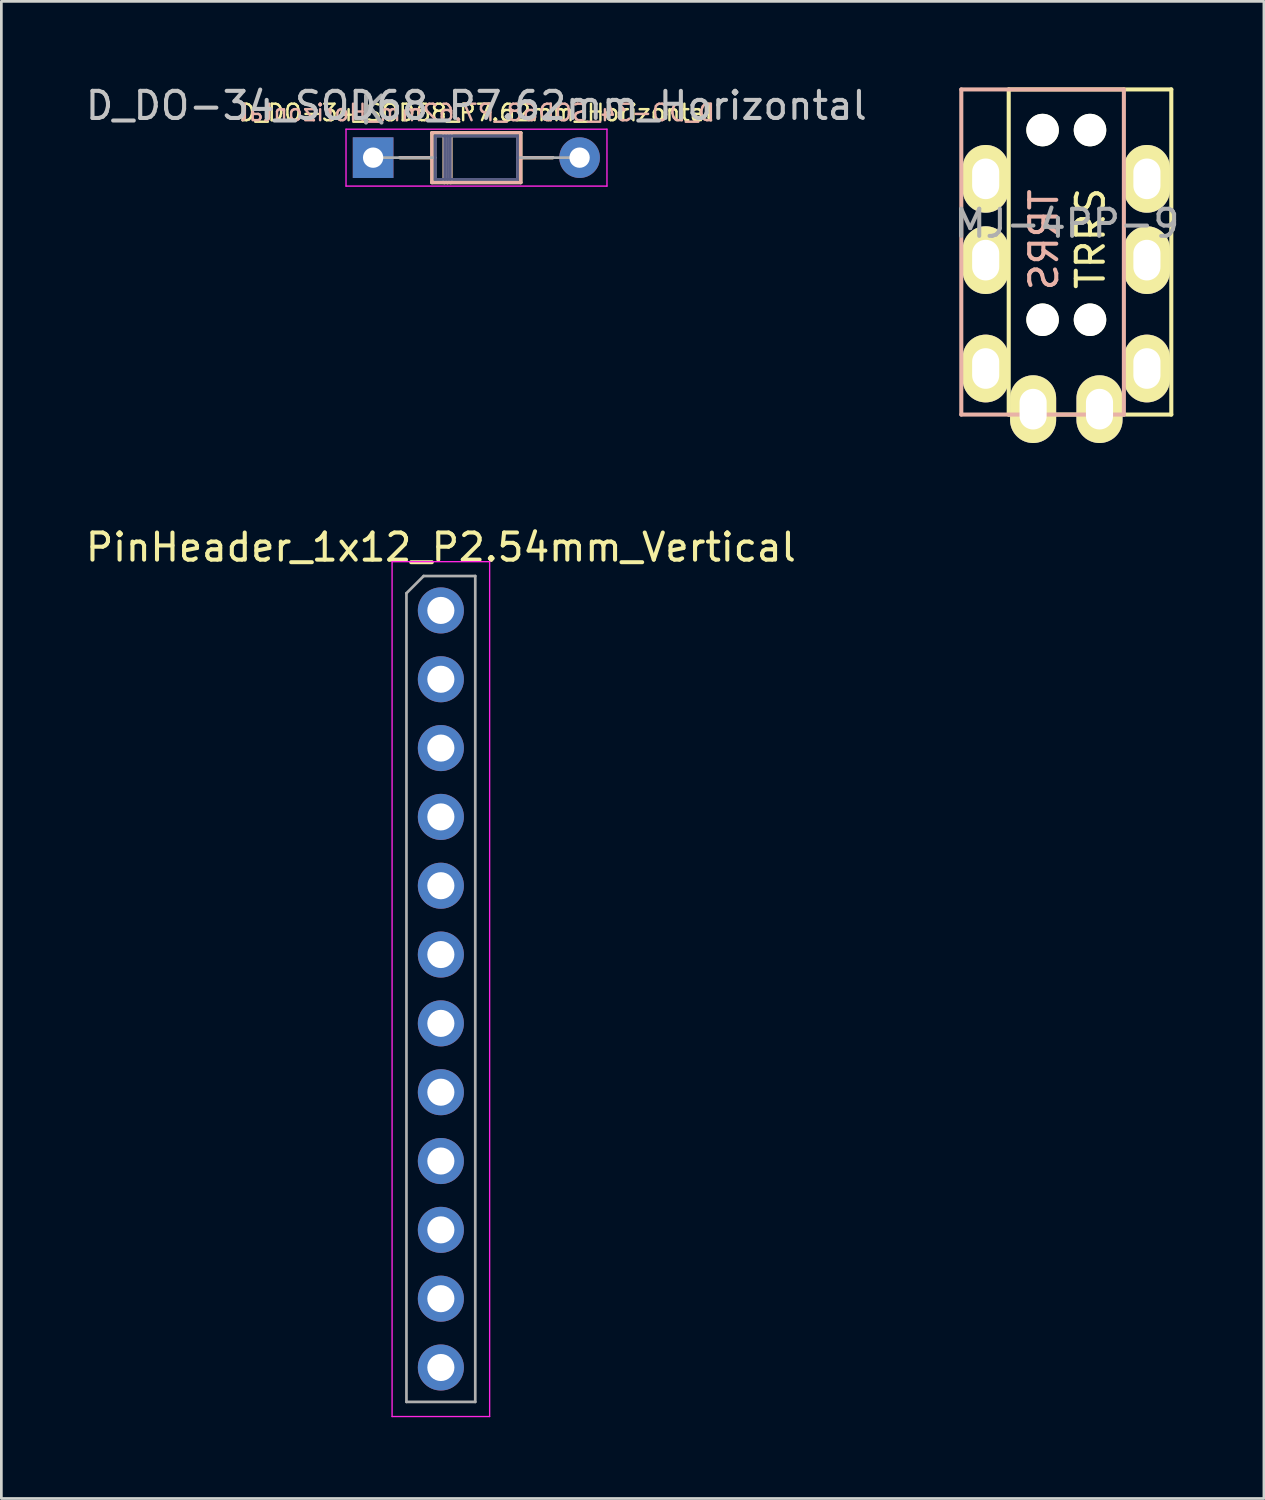
<source format=kicad_pcb>
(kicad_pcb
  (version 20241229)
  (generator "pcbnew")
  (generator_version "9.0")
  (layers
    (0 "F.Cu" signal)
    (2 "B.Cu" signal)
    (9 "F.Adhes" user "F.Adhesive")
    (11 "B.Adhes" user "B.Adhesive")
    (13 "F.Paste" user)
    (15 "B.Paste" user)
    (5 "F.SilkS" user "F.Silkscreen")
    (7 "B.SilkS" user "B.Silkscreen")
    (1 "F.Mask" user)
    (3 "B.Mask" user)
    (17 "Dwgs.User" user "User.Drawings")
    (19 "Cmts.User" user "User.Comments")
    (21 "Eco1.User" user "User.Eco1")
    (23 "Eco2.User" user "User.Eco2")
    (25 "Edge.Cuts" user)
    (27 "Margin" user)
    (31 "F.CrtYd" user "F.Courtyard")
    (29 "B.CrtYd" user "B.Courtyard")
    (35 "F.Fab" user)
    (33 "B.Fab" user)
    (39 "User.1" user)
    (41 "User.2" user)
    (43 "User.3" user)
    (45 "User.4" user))
  (footprint "D_DO-34_SOD68_P7.62mm_Horizontal"
    (layer "F.Cu")
    (at 10.72 2.768)
    (property "Reference" "D_DO-34_SOD68_P7.62mm_Horizontal" (at 3.81 -1.92 0) (layer "Dwgs.User") (effects (font (size 1 1) (thickness 0.15))))
    (attr through_hole)
    (fp_line (start 0.99 0) (end 2.17 0) (stroke (width 0.12) (type solid)) (layer "F.SilkS"))
    (fp_line (start 2.17 -0.92) (end 2.17 0.92) (stroke (width 0.12) (type solid)) (layer "F.SilkS"))
    (fp_line (start 2.17 0.92) (end 5.45 0.92) (stroke (width 0.12) (type solid)) (layer "F.SilkS"))
    (fp_line (start 2.626 -0.92) (end 2.626 0.92) (stroke (width 0.12) (type solid)) (layer "F.SilkS"))
    (fp_line (start 2.746 -0.92) (end 2.746 0.92) (stroke (width 0.12) (type solid)) (layer "F.SilkS"))
    (fp_line (start 2.866 -0.92) (end 2.866 0.92) (stroke (width 0.12) (type solid)) (layer "F.SilkS"))
    (fp_line (start 5.45 -0.92) (end 2.17 -0.92) (stroke (width 0.12) (type solid)) (layer "F.SilkS"))
    (fp_line (start 5.45 0.92) (end 5.45 -0.92) (stroke (width 0.12) (type solid)) (layer "F.SilkS"))
    (fp_line (start 6.63 0) (end 5.45 0) (stroke (width 0.12) (type solid)) (layer "F.SilkS"))
    (fp_line (start 0.99 0) (end 2.17 0) (stroke (width 0.12) (type solid)) (layer "B.SilkS"))
    (fp_line (start 2.17 -0.92) (end 5.45 -0.92) (stroke (width 0.12) (type solid)) (layer "B.SilkS"))
    (fp_line (start 2.17 0.92) (end 2.17 -0.92) (stroke (width 0.12) (type solid)) (layer "B.SilkS"))
    (fp_line (start 2.626 0.92) (end 2.626 -0.92) (stroke (width 0.12) (type solid)) (layer "B.SilkS"))
    (fp_line (start 2.746 0.92) (end 2.746 -0.92) (stroke (width 0.12) (type solid)) (layer "B.SilkS"))
    (fp_line (start 2.866 0.92) (end 2.866 -0.92) (stroke (width 0.12) (type solid)) (layer "B.SilkS"))
    (fp_line (start 5.45 -0.92) (end 5.45 0.92) (stroke (width 0.12) (type solid)) (layer "B.SilkS"))
    (fp_line (start 5.45 0.92) (end 2.17 0.92) (stroke (width 0.12) (type solid)) (layer "B.SilkS"))
    (fp_line (start 6.63 0) (end 5.45 0) (stroke (width 0.12) (type solid)) (layer "B.SilkS"))
    (fp_line (start -1 -1.05) (end -1 1.05) (stroke (width 0.05) (type solid)) (layer "F.CrtYd"))
    (fp_line (start -1 1.05) (end 8.63 1.05) (stroke (width 0.05) (type solid)) (layer "F.CrtYd"))
    (fp_line (start 8.63 -1.05) (end -1 -1.05) (stroke (width 0.05) (type solid)) (layer "F.CrtYd"))
    (fp_line (start 8.63 1.05) (end 8.63 -1.05) (stroke (width 0.05) (type solid)) (layer "F.CrtYd"))
    (fp_line (start 2.29 -0.8) (end 5.33 -0.8) (stroke (width 0.1) (type solid)) (layer "B.Fab"))
    (fp_line (start 2.29 0.8) (end 2.29 -0.8) (stroke (width 0.1) (type solid)) (layer "B.Fab"))
    (fp_line (start 2.646 0.8) (end 2.646 -0.8) (stroke (width 0.1) (type solid)) (layer "B.Fab"))
    (fp_line (start 2.746 0.8) (end 2.746 -0.8) (stroke (width 0.1) (type solid)) (layer "B.Fab"))
    (fp_line (start 2.846 0.8) (end 2.846 -0.8) (stroke (width 0.1) (type solid)) (layer "B.Fab"))
    (fp_line (start 5.33 -0.8) (end 5.33 0.8) (stroke (width 0.1) (type solid)) (layer "B.Fab"))
    (fp_line (start 5.33 0.8) (end 2.29 0.8) (stroke (width 0.1) (type solid)) (layer "B.Fab"))
    (fp_line (start 0 0) (end 2.29 0) (stroke (width 0.1) (type solid)) (layer "F.Fab"))
    (fp_line (start 2.29 -0.8) (end 2.29 0.8) (stroke (width 0.1) (type solid)) (layer "F.Fab"))
    (fp_line (start 2.29 0.8) (end 5.33 0.8) (stroke (width 0.1) (type solid)) (layer "F.Fab"))
    (fp_line (start 2.646 -0.8) (end 2.646 0.8) (stroke (width 0.1) (type solid)) (layer "F.Fab"))
    (fp_line (start 2.746 -0.8) (end 2.746 0.8) (stroke (width 0.1) (type solid)) (layer "F.Fab"))
    (fp_line (start 2.846 -0.8) (end 2.846 0.8) (stroke (width 0.1) (type solid)) (layer "F.Fab"))
    (fp_line (start 5.33 -0.8) (end 2.29 -0.8) (stroke (width 0.1) (type solid)) (layer "F.Fab"))
    (fp_line (start 5.33 0.8) (end 5.33 -0.8) (stroke (width 0.1) (type solid)) (layer "F.Fab"))
    (fp_line (start 7.62 0) (end 5.33 0) (stroke (width 0.1) (type solid)) (layer "F.Fab"))
    (fp_text user "${REFERENCE}" (at 3.8 -1.66 0) (layer "F.SilkS") (effects (font (size 0.608 0.608) (thickness 0.091))))
    (fp_text user "${REFERENCE}" (at 3.85 -1.66 180) (layer "B.SilkS") (effects (font (size 0.608 0.608) (thickness 0.091)) (justify mirror)))
    (fp_text user "K" (at 0 -1.75 0) (layer "F.Fab") (effects (font (size 1 1) (thickness 0.15))))
    (pad "1" thru_hole rect (at 0 0) (size 1.5 1.5) (drill 0.75) (layers "*.Cu" "*.Mask"))
    (pad "2" thru_hole oval (at 7.62 0) (size 1.5 1.5) (drill 0.75) (layers "*.Cu" "*.Mask")))
  (footprint "PinHeader_1x12_P2.54mm_Vertical"
    (layer "F.Cu")
    (at 13.22 19.478)
    (property "Reference" "PinHeader_1x12_P2.54mm_Vertical" (at 0 -2.33 0) (layer "F.SilkS") (effects (font (size 1 1) (thickness 0.15))))
    (attr through_hole)
    (fp_line (start -1.8 -1.8) (end -1.8 29.75) (stroke (width 0.05) (type solid)) (layer "F.CrtYd"))
    (fp_line (start -1.8 29.75) (end 1.8 29.75) (stroke (width 0.05) (type solid)) (layer "F.CrtYd"))
    (fp_line (start 1.8 -1.8) (end -1.8 -1.8) (stroke (width 0.05) (type solid)) (layer "F.CrtYd"))
    (fp_line (start 1.8 29.75) (end 1.8 -1.8) (stroke (width 0.05) (type solid)) (layer "F.CrtYd"))
    (fp_line (start -1.27 -0.635) (end -0.635 -1.27) (stroke (width 0.1) (type solid)) (layer "F.Fab"))
    (fp_line (start -1.27 29.21) (end -1.27 -0.635) (stroke (width 0.1) (type solid)) (layer "F.Fab"))
    (fp_line (start -0.635 -1.27) (end 1.27 -1.27) (stroke (width 0.1) (type solid)) (layer "F.Fab"))
    (fp_line (start 1.27 -1.27) (end 1.27 29.21) (stroke (width 0.1) (type solid)) (layer "F.Fab"))
    (fp_line (start 1.27 29.21) (end -1.27 29.21) (stroke (width 0.1) (type solid)) (layer "F.Fab"))
    (pad "1" thru_hole circle (at 0 0) (size 1.7 1.7) (drill 1) (layers "*.Cu" "*.Mask"))
    (pad "2" thru_hole oval (at 0 2.54) (size 1.7 1.7) (drill 1) (layers "*.Cu" "*.Mask"))
    (pad "3" thru_hole oval (at 0 5.08) (size 1.7 1.7) (drill 1) (layers "*.Cu" "*.Mask"))
    (pad "4" thru_hole oval (at 0 7.62) (size 1.7 1.7) (drill 1) (layers "*.Cu" "*.Mask"))
    (pad "5" thru_hole oval (at 0 10.16) (size 1.7 1.7) (drill 1) (layers "*.Cu" "*.Mask"))
    (pad "6" thru_hole oval (at 0 12.7) (size 1.7 1.7) (drill 1) (layers "*.Cu" "*.Mask"))
    (pad "7" thru_hole oval (at 0 15.24) (size 1.7 1.7) (drill 1) (layers "*.Cu" "*.Mask"))
    (pad "8" thru_hole oval (at 0 17.78) (size 1.7 1.7) (drill 1) (layers "*.Cu" "*.Mask"))
    (pad "9" thru_hole oval (at 0 20.32) (size 1.7 1.7) (drill 1) (layers "*.Cu" "*.Mask"))
    (pad "10" thru_hole oval (at 0 22.86) (size 1.7 1.7) (drill 1) (layers "*.Cu" "*.Mask"))
    (pad "11" thru_hole oval (at 0 25.4) (size 1.7 1.7) (drill 1) (layers "*.Cu" "*.Mask"))
    (pad "12" thru_hole oval (at 0 27.94) (size 1.7 1.7) (drill 1) (layers "*.Cu" "*.Mask")))
  (footprint "MJ-4PP-9"
    (layer "F.Cu")
    (at 37.177 0.25)
    (property "Reference" "MJ-4PP-9" (at -0.85 4.95 180) (layer "F.Fab") (effects (font (size 1 1) (thickness 0.15))))
    (attr through_hole)
    (fp_line (start -3 0) (end 3 0) (stroke (width 0.15) (type solid)) (layer "F.SilkS"))
    (fp_line (start -3 12) (end -3 0) (stroke (width 0.15) (type solid)) (layer "F.SilkS"))
    (fp_line (start 3 0) (end 3 12) (stroke (width 0.15) (type solid)) (layer "F.SilkS"))
    (fp_line (start 3 12) (end -3 12) (stroke (width 0.15) (type solid)) (layer "F.SilkS"))
    (fp_line (start -4.75 0) (end 1.25 0) (stroke (width 0.15) (type solid)) (layer "B.SilkS"))
    (fp_line (start -4.75 12) (end -4.75 0) (stroke (width 0.15) (type solid)) (layer "B.SilkS"))
    (fp_line (start 1.25 0) (end 1.25 12) (stroke (width 0.15) (type solid)) (layer "B.SilkS"))
    (fp_line (start 1.25 12) (end -4.75 12) (stroke (width 0.15) (type solid)) (layer "B.SilkS"))
    (fp_text user "TRRS" (at 0.02 5.5 90) (layer "F.SilkS") (effects (font (size 1 1) (thickness 0.15))))
    (fp_text user "TRRS" (at -1.7 5.55 270) (layer "B.SilkS") (effects (font (size 1 1) (thickness 0.15)) (justify mirror)))
    (pad "" np_thru_hole circle (at -1.75 1.5) (size 1.2 1.2) (drill 1.2) (layers "*.Cu" "*.Mask" "F.SilkS"))
    (pad "" np_thru_hole circle (at -1.75 8.5) (size 1.2 1.2) (drill 1.2) (layers "*.Cu" "*.Mask" "F.SilkS"))
    (pad "" np_thru_hole circle (at 0 1.5) (size 1.2 1.2) (drill 1.2) (layers "*.Cu" "*.Mask" "F.SilkS"))
    (pad "" np_thru_hole circle (at 0 8.5) (size 1.2 1.2) (drill 1.2) (layers "*.Cu" "*.Mask" "F.SilkS"))
    (pad "A" thru_hole oval (at -2.1 11.8) (size 1.7 2.5) (drill oval 1 1.5) (layers "*.Cu" "*.Mask" "F.SilkS"))
    (pad "A" thru_hole oval (at 0.35 11.8) (size 1.7 2.5) (drill oval 1 1.5) (layers "*.Cu" "*.Mask" "F.SilkS"))
    (pad "B" thru_hole oval (at -3.85 3.3) (size 1.7 2.5) (drill oval 1 1.5) (layers "*.Cu" "*.Mask" "F.SilkS"))
    (pad "B" thru_hole oval (at 2.1 3.3) (size 1.7 2.5) (drill oval 1 1.5) (layers "*.Cu" "*.Mask" "F.SilkS"))
    (pad "C" thru_hole oval (at -3.85 6.3) (size 1.7 2.5) (drill oval 1 1.5) (layers "*.Cu" "*.Mask" "F.SilkS"))
    (pad "C" thru_hole oval (at 2.1 6.3) (size 1.7 2.5) (drill oval 1 1.5) (layers "*.Cu" "*.Mask" "F.SilkS"))
    (pad "D" thru_hole oval (at -3.85 10.3) (size 1.7 2.5) (drill oval 1 1.5) (layers "*.Cu" "*.Mask" "F.SilkS"))
    (pad "D" thru_hole oval (at 2.1 10.3) (size 1.7 2.5) (drill oval 1 1.5) (layers "*.Cu" "*.Mask" "F.SilkS")))
  (gr_rect
    (start -3 -3)
    (end 43.595 52.253)
    (stroke (width 0.1) (type default))
    (fill no)
    (layer "Edge.Cuts")))
</source>
